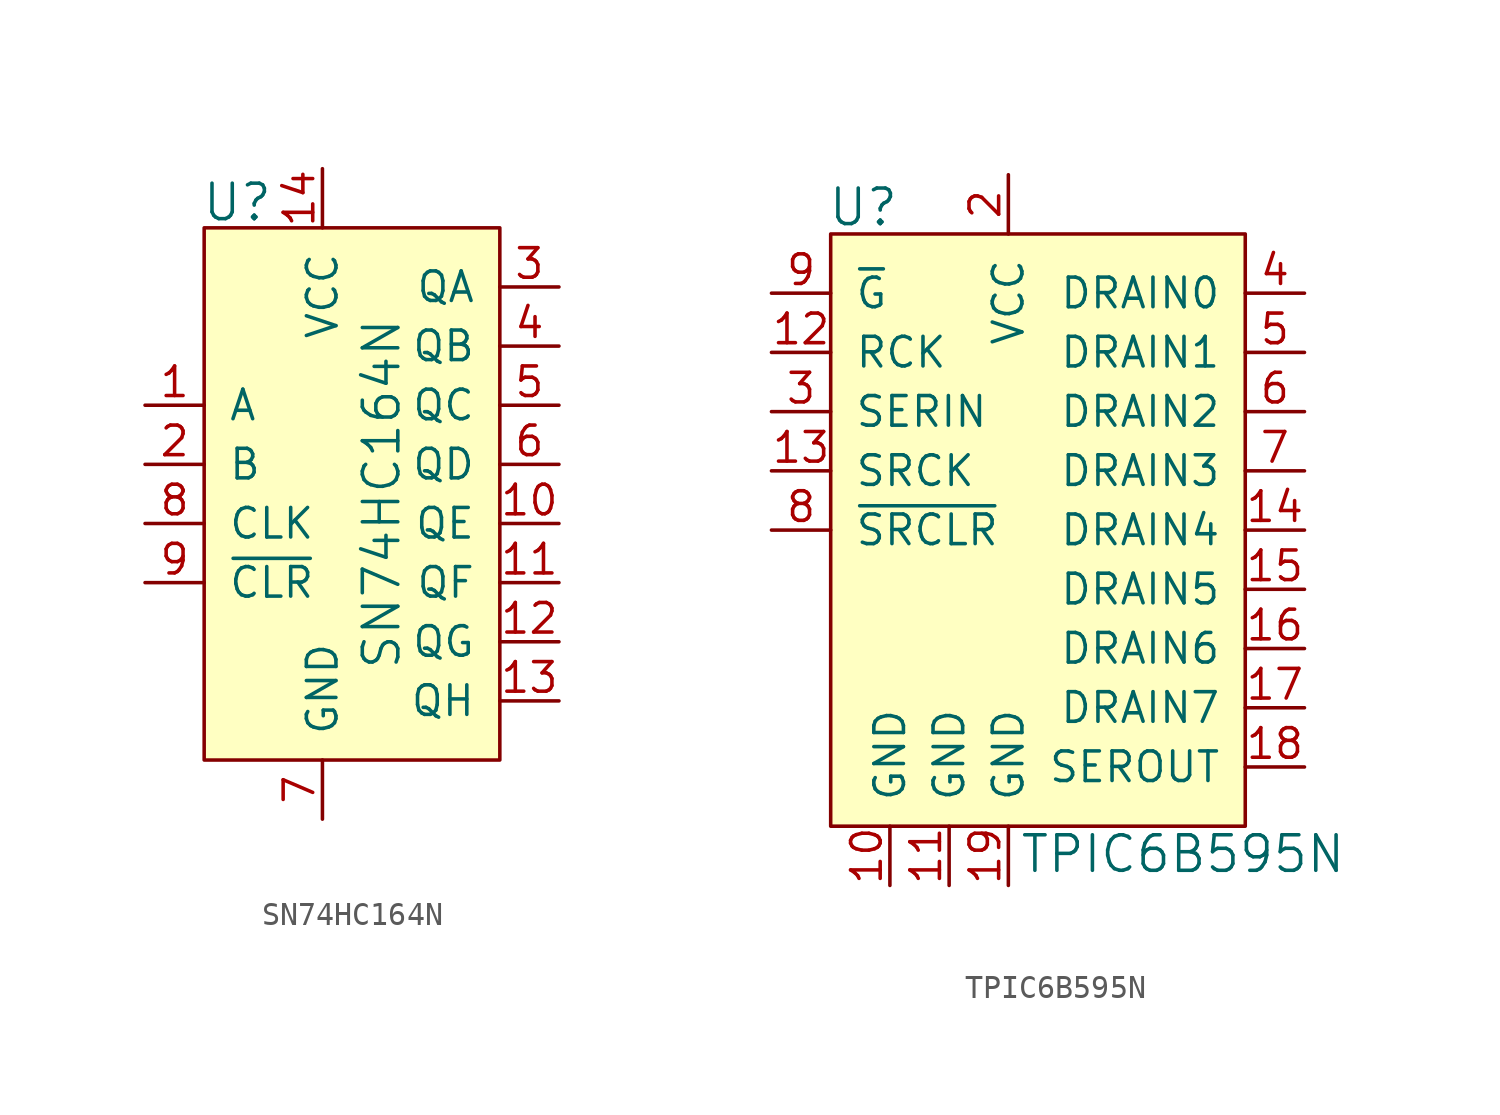
<source format=kicad_sym>
(kicad_symbol_lib
  (version 20201005)
  (generator kicad_symbol_editor)
  (symbol "SN74HC164N"
    (pin_names
      (offset 1.016))
    (property "Reference" "U"
      (at -5.207 13.792 0)
      (effects (font (size 1.524 1.524)) (justify left)))
    (property "Value" "SN74HC164N"
      (at 2.54 1.27 90)
      (effects (font (size 1.524 1.524))))
    (symbol "SN74HC164N_0_1"
      (rectangle (start -5.08 12.7) (end 7.62 -10.16) (stroke (width 0)) (fill (type background))))
    (symbol "SN74HC164N_1_1"
      (pin input line (at -7.62 5.08 0) (length 2.54) (name "A" (effects (font (size 1.27 1.27)))) (number "1" (effects (font (size 1.27 1.27)))))
      (pin input line (at -7.62 2.54 0) (length 2.54) (name "B" (effects (font (size 1.27 1.27)))) (number "2" (effects (font (size 1.27 1.27)))))
      (pin output line (at 10.16 10.16 180) (length 2.54) (name "QA" (effects (font (size 1.27 1.27)))) (number "3" (effects (font (size 1.27 1.27)))))
      (pin output line (at 10.16 7.62 180) (length 2.54) (name "QB" (effects (font (size 1.27 1.27)))) (number "4" (effects (font (size 1.27 1.27)))))
      (pin output line (at 10.16 5.08 180) (length 2.54) (name "QC" (effects (font (size 1.27 1.27)))) (number "5" (effects (font (size 1.27 1.27)))))
      (pin output line (at 10.16 2.54 180) (length 2.54) (name "QD" (effects (font (size 1.27 1.27)))) (number "6" (effects (font (size 1.27 1.27)))))
      (pin power_in line (at 0 -12.7 90) (length 2.54) (name "GND" (effects (font (size 1.27 1.27)))) (number "7" (effects (font (size 1.27 1.27)))))
      (pin input line (at -7.62 0 0) (length 2.54) (name "CLK" (effects (font (size 1.27 1.27)))) (number "8" (effects (font (size 1.27 1.27)))))
      (pin input line (at -7.62 -2.54 0) (length 2.54) (name "~CLR" (effects (font (size 1.27 1.27)))) (number "9" (effects (font (size 1.27 1.27)))))
      (pin output line (at 10.16 0 180) (length 2.54) (name "QE" (effects (font (size 1.27 1.27)))) (number "10" (effects (font (size 1.27 1.27)))))
      (pin output line (at 10.16 -2.54 180) (length 2.54) (name "QF" (effects (font (size 1.27 1.27)))) (number "11" (effects (font (size 1.27 1.27)))))
      (pin output line (at 10.16 -5.08 180) (length 2.54) (name "QG" (effects (font (size 1.27 1.27)))) (number "12" (effects (font (size 1.27 1.27)))))
      (pin output line (at 10.16 -7.62 180) (length 2.54) (name "QH" (effects (font (size 1.27 1.27)))) (number "13" (effects (font (size 1.27 1.27)))))
      (pin power_in line (at 0 15.24 270) (length 2.54) (name "VCC" (effects (font (size 1.27 1.27)))) (number "14" (effects (font (size 1.27 1.27)))))))
  (symbol "TPIC6B595N"
    (pin_names
      (offset 1.016))
    (property "Reference" "U"
      (at -7.772 1.143 0)
      (effects (font (size 1.524 1.524)) (justify left)))
    (property "Value" "TPIC6B595N"
      (at 0.457 -26.594 0)
      (effects (font (size 1.524 1.524)) (justify left)))
    (symbol "TPIC6B595N_0_1"
      (rectangle (start -7.62 0) (end 10.16 -25.4) (stroke (width 0)) (fill (type background))))
    (symbol "TPIC6B595N_1_1"
      (pin no_connect line (at -7.62 -15.24 0) (length 2.54) hide (name "NC" (effects (font (size 1.27 1.27)))) (number "1" (effects (font (size 1.27 1.27)))))
      (pin power_in line (at 0 2.54 270) (length 2.54) (name "VCC" (effects (font (size 1.27 1.27)))) (number "2" (effects (font (size 1.27 1.27)))))
      (pin input line (at -10.16 -7.62 0) (length 2.54) (name "SERIN" (effects (font (size 1.27 1.27)))) (number "3" (effects (font (size 1.27 1.27)))))
      (pin output line (at 12.7 -2.54 180) (length 2.54) (name "DRAIN0" (effects (font (size 1.27 1.27)))) (number "4" (effects (font (size 1.27 1.27)))))
      (pin output line (at 12.7 -5.08 180) (length 2.54) (name "DRAIN1" (effects (font (size 1.27 1.27)))) (number "5" (effects (font (size 1.27 1.27)))))
      (pin output line (at 12.7 -7.62 180) (length 2.54) (name "DRAIN2" (effects (font (size 1.27 1.27)))) (number "6" (effects (font (size 1.27 1.27)))))
      (pin output line (at 12.7 -10.16 180) (length 2.54) (name "DRAIN3" (effects (font (size 1.27 1.27)))) (number "7" (effects (font (size 1.27 1.27)))))
      (pin input line (at -10.16 -12.7 0) (length 2.54) (name "~SRCLR" (effects (font (size 1.27 1.27)))) (number "8" (effects (font (size 1.27 1.27)))))
      (pin input line (at -10.16 -2.54 0) (length 2.54) (name "~G" (effects (font (size 1.27 1.27)))) (number "9" (effects (font (size 1.27 1.27)))))
      (pin power_in line (at -5.08 -27.94 90) (length 2.54) (name "GND" (effects (font (size 1.27 1.27)))) (number "10" (effects (font (size 1.27 1.27)))))
      (pin no_connect line (at -7.62 -17.78 0) (length 2.54) hide (name "NC" (effects (font (size 1.27 1.27)))) (number "20" (effects (font (size 1.27 1.27)))))
      (pin power_in line (at -2.54 -27.94 90) (length 2.54) (name "GND" (effects (font (size 1.27 1.27)))) (number "11" (effects (font (size 1.27 1.27)))))
      (pin input line (at -10.16 -5.08 0) (length 2.54) (name "RCK" (effects (font (size 1.27 1.27)))) (number "12" (effects (font (size 1.27 1.27)))))
      (pin input line (at -10.16 -10.16 0) (length 2.54) (name "SRCK" (effects (font (size 1.27 1.27)))) (number "13" (effects (font (size 1.27 1.27)))))
      (pin output line (at 12.7 -12.7 180) (length 2.54) (name "DRAIN4" (effects (font (size 1.27 1.27)))) (number "14" (effects (font (size 1.27 1.27)))))
      (pin output line (at 12.7 -15.24 180) (length 2.54) (name "DRAIN5" (effects (font (size 1.27 1.27)))) (number "15" (effects (font (size 1.27 1.27)))))
      (pin output line (at 12.7 -17.78 180) (length 2.54) (name "DRAIN6" (effects (font (size 1.27 1.27)))) (number "16" (effects (font (size 1.27 1.27)))))
      (pin output line (at 12.7 -20.32 180) (length 2.54) (name "DRAIN7" (effects (font (size 1.27 1.27)))) (number "17" (effects (font (size 1.27 1.27)))))
      (pin output line (at 12.7 -22.86 180) (length 2.54) (name "SEROUT" (effects (font (size 1.27 1.27)))) (number "18" (effects (font (size 1.27 1.27)))))
      (pin power_in line (at 0 -27.94 90) (length 2.54) (name "GND" (effects (font (size 1.27 1.27)))) (number "19" (effects (font (size 1.27 1.27))))))))
</source>
